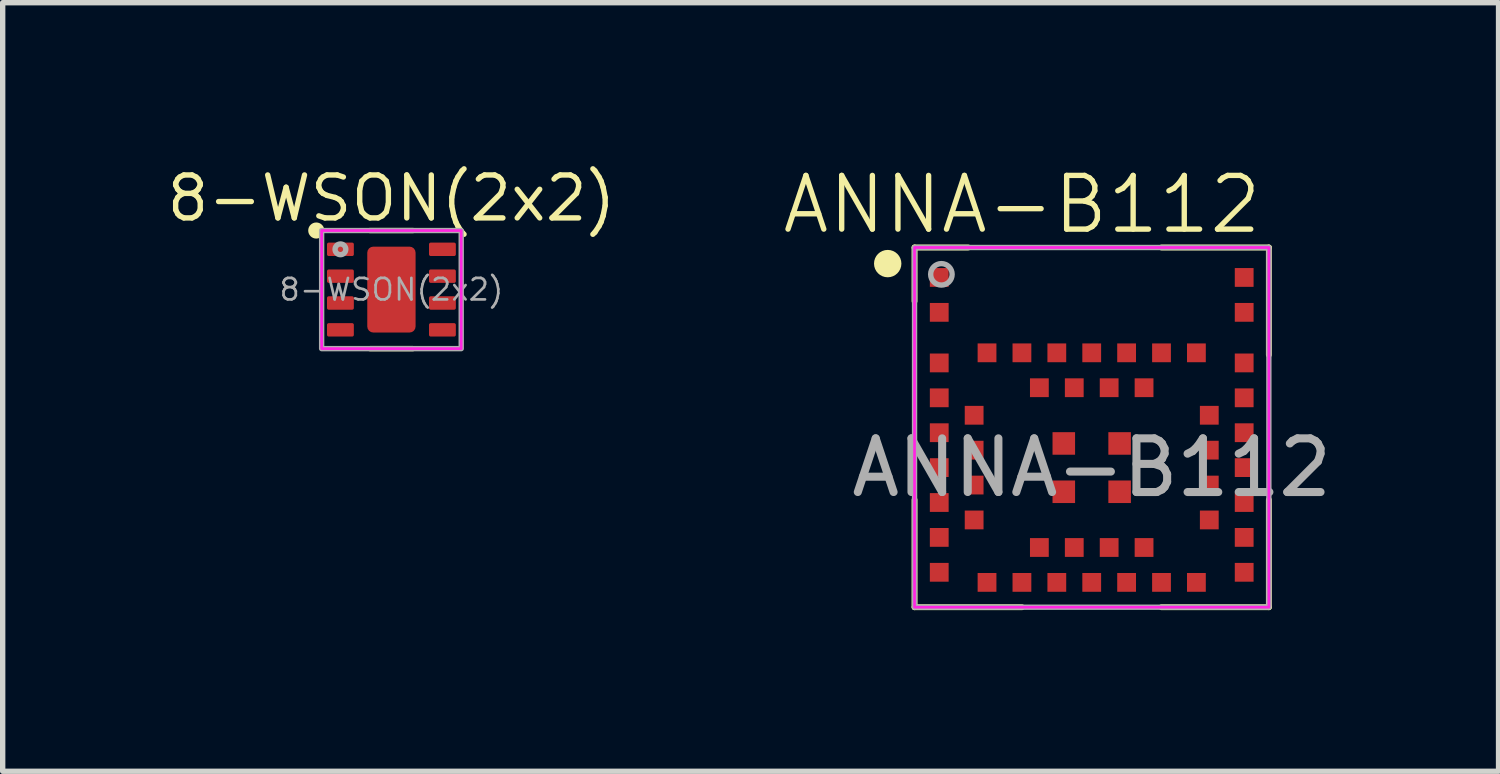
<source format=kicad_pcb>
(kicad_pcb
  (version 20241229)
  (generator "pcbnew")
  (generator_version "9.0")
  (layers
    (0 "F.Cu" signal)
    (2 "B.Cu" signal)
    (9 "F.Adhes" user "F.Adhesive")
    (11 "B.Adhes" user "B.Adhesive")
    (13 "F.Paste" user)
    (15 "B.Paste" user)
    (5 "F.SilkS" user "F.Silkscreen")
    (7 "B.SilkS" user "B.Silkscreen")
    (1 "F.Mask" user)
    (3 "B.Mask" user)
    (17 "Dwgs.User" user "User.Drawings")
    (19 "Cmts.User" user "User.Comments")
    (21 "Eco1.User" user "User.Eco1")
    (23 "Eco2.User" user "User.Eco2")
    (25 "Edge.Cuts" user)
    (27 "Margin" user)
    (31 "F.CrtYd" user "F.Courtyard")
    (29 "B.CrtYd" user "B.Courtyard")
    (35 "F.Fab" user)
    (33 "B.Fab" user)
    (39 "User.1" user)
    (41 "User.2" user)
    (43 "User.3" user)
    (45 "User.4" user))
  (footprint "ANNA-B112"
    (layer "F.Cu")
    (at 17.285 5.66)
    (property "Reference" "ANNA-B112" (at -1.3 -4.9 0) (unlocked yes) (layer "F.SilkS") (effects (font (size 1 1) (thickness 0.1))))
    (attr smd)
    (fp_line (start -3.3 -4.1) (end -3.3 -3.1) (stroke (width 0.11) (type default)) (layer "F.SilkS"))
    (fp_line (start -3.3 2.6) (end -3.3 0.6) (stroke (width 0.11) (type default)) (layer "F.SilkS"))
    (fp_line (start -2.3 -4.1) (end -3.3 -4.1) (stroke (width 0.11) (type default)) (layer "F.SilkS"))
    (fp_line (start -1.3 2.6) (end -3.3 2.6) (stroke (width 0.11) (type default)) (layer "F.SilkS"))
    (fp_line (start 1.3 -4.1) (end 3.3 -4.1) (stroke (width 0.11) (type default)) (layer "F.SilkS"))
    (fp_line (start 3.3 -4.1) (end 3.3 -2.1) (stroke (width 0.11) (type default)) (layer "F.SilkS"))
    (fp_line (start 3.3 0.6) (end 3.3 2.6) (stroke (width 0.11) (type default)) (layer "F.SilkS"))
    (fp_line (start 3.3 2.6) (end 1.3 2.6) (stroke (width 0.11) (type default)) (layer "F.SilkS"))
    (fp_circle (center -3.8 -3.8) (end -4 -3.8) (stroke (width 0.11) (type default)) (fill yes) (layer "F.SilkS"))
    (fp_rect (start -3.3 -4.1) (end 3.3 2.6) (stroke (width 0.05) (type default)) (fill no) (layer "F.CrtYd"))
    (fp_rect (start -3.3 -4.1) (end 3.3 2.6) (stroke (width 0.1) (type default)) (fill no) (layer "F.Fab"))
    (fp_circle (center -2.8 -3.6) (end -3 -3.6) (stroke (width 0.1) (type default)) (fill no) (layer "F.Fab"))
    (fp_text user "${REFERENCE}" (at 0 0 0) (unlocked yes) (layer "F.Fab") (effects (font (size 1 1) (thickness 0.15))))
    (pad "1" smd rect (at -2.84 -3.542) (size 0.35 0.35) (layers "F.Cu" "F.Mask" "F.Paste"))
    (pad "2" smd rect (at -2.84 -2.892) (size 0.35 0.35) (layers "F.Cu" "F.Mask" "F.Paste"))
    (pad "3" smd rect (at -2.84 -1.95) (size 0.35 0.35) (layers "F.Cu" "F.Mask" "F.Paste"))
    (pad "4" smd rect (at -2.84 -1.3) (size 0.35 0.35) (layers "F.Cu" "F.Mask" "F.Paste"))
    (pad "5" smd rect (at -2.84 -0.65) (size 0.35 0.35) (layers "F.Cu" "F.Mask" "F.Paste"))
    (pad "6" smd rect (at -2.84 0) (size 0.35 0.35) (layers "F.Cu" "F.Mask" "F.Paste"))
    (pad "7" smd rect (at -2.84 0.65) (size 0.35 0.35) (layers "F.Cu" "F.Mask" "F.Paste"))
    (pad "8" smd rect (at -2.84 1.3) (size 0.35 0.35) (layers "F.Cu" "F.Mask" "F.Paste"))
    (pad "9" smd rect (at -2.84 1.95) (size 0.35 0.35) (layers "F.Cu" "F.Mask" "F.Paste"))
    (pad "10" smd rect (at -2.19 -0.975) (size 0.35 0.35) (layers "F.Cu" "F.Mask" "F.Paste"))
    (pad "11" smd rect (at -2.19 -0.325) (size 0.35 0.35) (layers "F.Cu" "F.Mask" "F.Paste"))
    (pad "12" smd rect (at -2.19 0.325) (size 0.35 0.35) (layers "F.Cu" "F.Mask" "F.Paste"))
    (pad "13" smd rect (at -2.19 0.975) (size 0.35 0.35) (layers "F.Cu" "F.Mask" "F.Paste"))
    (pad "14" smd rect (at -1.95 2.138) (size 0.35 0.35) (layers "F.Cu" "F.Mask" "F.Paste"))
    (pad "15" smd rect (at -1.3 2.138) (size 0.35 0.35) (layers "F.Cu" "F.Mask" "F.Paste"))
    (pad "16" smd rect (at -0.65 2.138) (size 0.35 0.35) (layers "F.Cu" "F.Mask" "F.Paste"))
    (pad "17" smd rect (at 0 2.138) (size 0.35 0.35) (layers "F.Cu" "F.Mask" "F.Paste"))
    (pad "18" smd rect (at 0.65 2.138) (size 0.35 0.35) (layers "F.Cu" "F.Mask" "F.Paste"))
    (pad "19" smd rect (at 1.3 2.138) (size 0.35 0.35) (layers "F.Cu" "F.Mask" "F.Paste"))
    (pad "20" smd rect (at 1.95 2.138) (size 0.35 0.35) (layers "F.Cu" "F.Mask" "F.Paste"))
    (pad "21" smd rect (at -0.975 1.488) (size 0.35 0.35) (layers "F.Cu" "F.Mask" "F.Paste"))
    (pad "22" smd rect (at -0.325 1.488) (size 0.35 0.35) (layers "F.Cu" "F.Mask" "F.Paste"))
    (pad "23" smd rect (at 0.325 1.488) (size 0.35 0.35) (layers "F.Cu" "F.Mask" "F.Paste"))
    (pad "24" smd rect (at 0.975 1.488) (size 0.35 0.35) (layers "F.Cu" "F.Mask" "F.Paste"))
    (pad "25" smd rect (at 2.84 1.95) (size 0.35 0.35) (layers "F.Cu" "F.Mask" "F.Paste"))
    (pad "26" smd rect (at 2.84 1.3) (size 0.35 0.35) (layers "F.Cu" "F.Mask" "F.Paste"))
    (pad "27" smd rect (at 2.84 0.65) (size 0.35 0.35) (layers "F.Cu" "F.Mask" "F.Paste"))
    (pad "28" smd rect (at 2.84 0) (size 0.35 0.35) (layers "F.Cu" "F.Mask" "F.Paste"))
    (pad "29" smd rect (at 2.84 -0.65) (size 0.35 0.35) (layers "F.Cu" "F.Mask" "F.Paste"))
    (pad "30" smd rect (at 2.84 -1.3) (size 0.35 0.35) (layers "F.Cu" "F.Mask" "F.Paste"))
    (pad "31" smd rect (at 2.84 -1.95) (size 0.35 0.35) (layers "F.Cu" "F.Mask" "F.Paste"))
    (pad "32" smd rect (at 2.84 -2.892) (size 0.35 0.35) (layers "F.Cu" "F.Mask" "F.Paste"))
    (pad "33" smd rect (at 2.84 -3.542) (size 0.35 0.35) (layers "F.Cu" "F.Mask" "F.Paste"))
    (pad "34" smd rect (at 2.19 0.975) (size 0.35 0.35) (layers "F.Cu" "F.Mask" "F.Paste"))
    (pad "35" smd rect (at 2.19 0.325) (size 0.35 0.35) (layers "F.Cu" "F.Mask" "F.Paste"))
    (pad "36" smd rect (at 2.19 -0.325) (size 0.35 0.35) (layers "F.Cu" "F.Mask" "F.Paste"))
    (pad "37" smd rect (at 2.19 -0.975) (size 0.35 0.35) (layers "F.Cu" "F.Mask" "F.Paste"))
    (pad "38" smd rect (at 1.95 -2.138) (size 0.35 0.35) (layers "F.Cu" "F.Mask" "F.Paste"))
    (pad "39" smd rect (at 1.3 -2.138) (size 0.35 0.35) (layers "F.Cu" "F.Mask" "F.Paste"))
    (pad "40" smd rect (at 0.65 -2.138) (size 0.35 0.35) (layers "F.Cu" "F.Mask" "F.Paste"))
    (pad "41" smd rect (at 0 -2.138) (size 0.35 0.35) (layers "F.Cu" "F.Mask" "F.Paste"))
    (pad "42" smd rect (at -0.65 -2.138) (size 0.35 0.35) (layers "F.Cu" "F.Mask" "F.Paste"))
    (pad "43" smd rect (at -1.3 -2.138) (size 0.35 0.35) (layers "F.Cu" "F.Mask" "F.Paste"))
    (pad "44" smd rect (at -1.95 -2.138) (size 0.35 0.35) (layers "F.Cu" "F.Mask" "F.Paste"))
    (pad "45" smd rect (at 0.975 -1.488) (size 0.35 0.35) (layers "F.Cu" "F.Mask" "F.Paste"))
    (pad "46" smd rect (at 0.325 -1.488) (size 0.35 0.35) (layers "F.Cu" "F.Mask" "F.Paste"))
    (pad "47" smd rect (at -0.325 -1.488) (size 0.35 0.35) (layers "F.Cu" "F.Mask" "F.Paste"))
    (pad "48" smd rect (at -0.975 -1.488) (size 0.35 0.35) (layers "F.Cu" "F.Mask" "F.Paste"))
    (pad "49" smd rect (at -0.52 -0.45) (size 0.42 0.42) (layers "F.Cu" "F.Mask" "F.Paste"))
    (pad "50" smd rect (at -0.52 0.45) (size 0.42 0.42) (layers "F.Cu" "F.Mask" "F.Paste"))
    (pad "51" smd rect (at 0.52 0.45) (size 0.42 0.42) (layers "F.Cu" "F.Mask" "F.Paste"))
    (pad "52" smd rect (at 0.52 -0.45) (size 0.42 0.42) (layers "F.Cu" "F.Mask" "F.Paste")))
  (footprint "8-WSON(2x2)"
    (layer "F.Cu")
    (at 4.241 2.344)
    (property "Reference" "8-WSON(2x2)" (at 0 -1.7 0) (layer "F.SilkS") (effects (font (size 0.8 0.8) (thickness 0.1))))
    (attr smd)
    (fp_line (start -0.4 -1.1) (end 0.4 -1.1) (stroke (width 0.1) (type default)) (layer "F.SilkS"))
    (fp_line (start -0.4 1.1) (end 0.4 1.1) (stroke (width 0.1) (type default)) (layer "F.SilkS"))
    (fp_circle (center -1.4 -1.1) (end -1.5 -1.1) (stroke (width 0.1) (type default)) (fill yes) (layer "F.SilkS"))
    (fp_rect (start -1.3 -1.1) (end 1.3 1.1) (stroke (width 0.05) (type default)) (fill no) (layer "F.CrtYd"))
    (fp_rect (start -1.3 -1.1) (end 1.3 1.1) (stroke (width 0.1) (type default)) (fill no) (layer "F.Fab"))
    (fp_circle (center -0.95 -0.75) (end -1.05 -0.75) (stroke (width 0.1) (type default)) (fill no) (layer "F.Fab"))
    (fp_text user "${REFERENCE}" (at 0 0 0) (unlocked yes) (layer "F.Fab") (effects (font (size 0.4 0.4) (thickness 0.05))))
    (pad "1" smd roundrect (at -0.95 -0.75) (size 0.5 0.25) (layers "F.Cu" "F.Mask" "F.Paste") (roundrect_rratio 0.125))
    (pad "2" smd roundrect (at -0.95 -0.25) (size 0.5 0.25) (layers "F.Cu" "F.Mask" "F.Paste") (roundrect_rratio 0.125))
    (pad "3" smd roundrect (at -0.95 0.25) (size 0.5 0.25) (layers "F.Cu" "F.Mask" "F.Paste") (roundrect_rratio 0.125))
    (pad "4" smd roundrect (at -0.95 0.75) (size 0.5 0.25) (layers "F.Cu" "F.Mask" "F.Paste") (roundrect_rratio 0.125))
    (pad "5" smd roundrect (at 0.95 0.75) (size 0.5 0.25) (layers "F.Cu" "F.Mask" "F.Paste") (roundrect_rratio 0.125))
    (pad "6" smd roundrect (at 0.95 0.25) (size 0.5 0.25) (layers "F.Cu" "F.Mask" "F.Paste") (roundrect_rratio 0.125))
    (pad "7" smd roundrect (at 0.95 -0.25) (size 0.5 0.25) (layers "F.Cu" "F.Mask" "F.Paste") (roundrect_rratio 0.125))
    (pad "8" smd roundrect (at 0.95 -0.75) (size 0.5 0.25) (layers "F.Cu" "F.Mask" "F.Paste") (roundrect_rratio 0.125))
    (pad "9" smd roundrect (at 0 0) (size 0.9 1.6) (layers "F.Cu" "F.Mask" "F.Paste") (roundrect_rratio 0.125)))
  (gr_rect
    (start -3 -3)
    (end 24.863 11.316)
    (stroke (width 0.1) (type default))
    (fill no)
    (layer "Edge.Cuts")))
</source>
